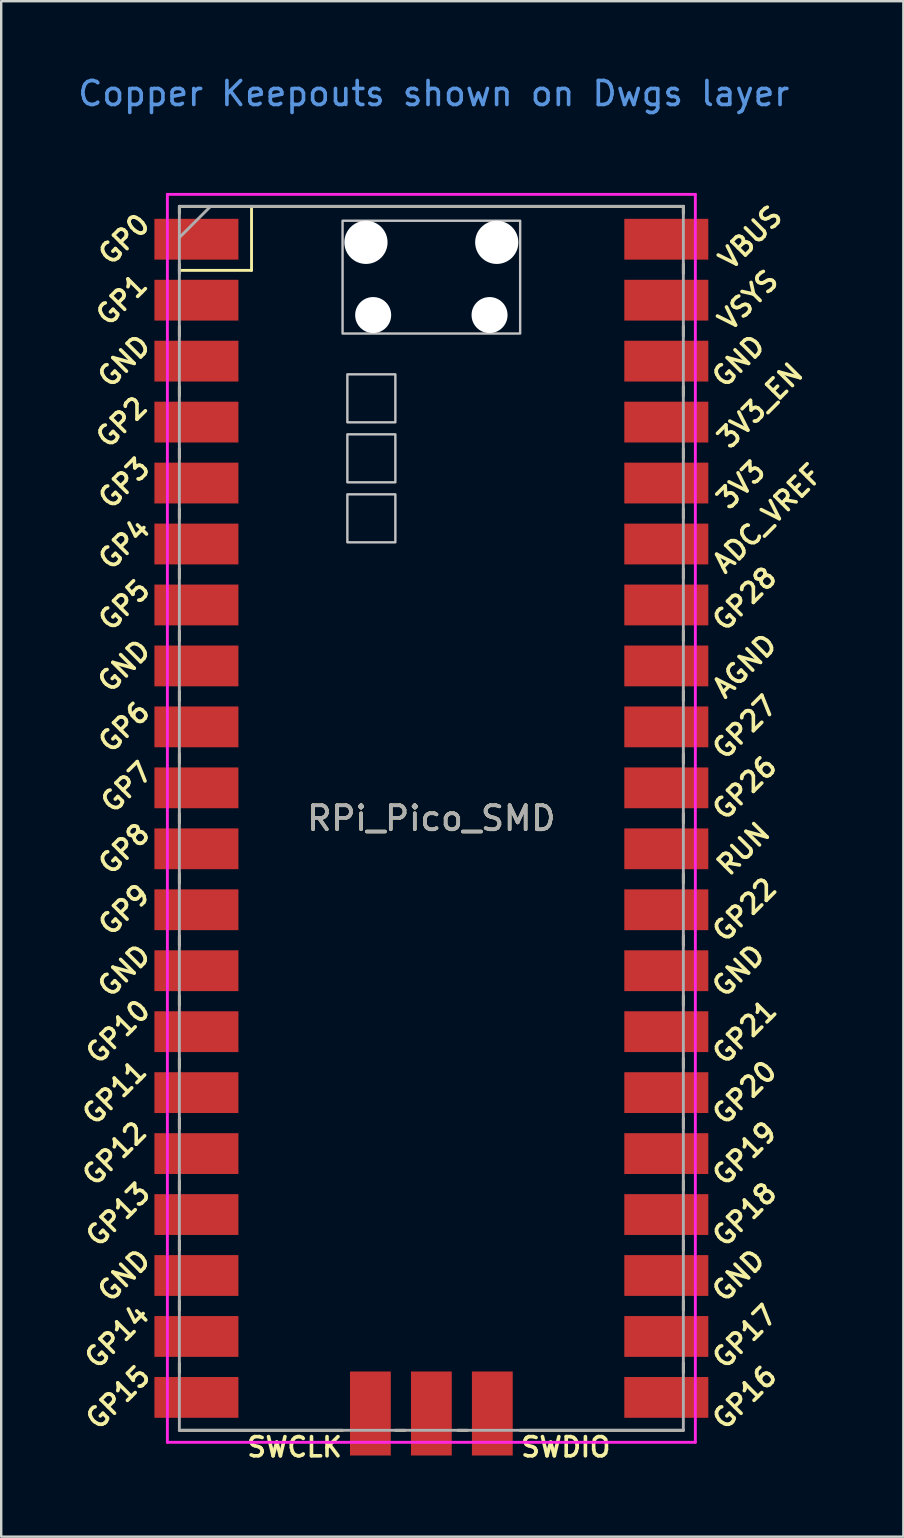
<source format=kicad_pcb>
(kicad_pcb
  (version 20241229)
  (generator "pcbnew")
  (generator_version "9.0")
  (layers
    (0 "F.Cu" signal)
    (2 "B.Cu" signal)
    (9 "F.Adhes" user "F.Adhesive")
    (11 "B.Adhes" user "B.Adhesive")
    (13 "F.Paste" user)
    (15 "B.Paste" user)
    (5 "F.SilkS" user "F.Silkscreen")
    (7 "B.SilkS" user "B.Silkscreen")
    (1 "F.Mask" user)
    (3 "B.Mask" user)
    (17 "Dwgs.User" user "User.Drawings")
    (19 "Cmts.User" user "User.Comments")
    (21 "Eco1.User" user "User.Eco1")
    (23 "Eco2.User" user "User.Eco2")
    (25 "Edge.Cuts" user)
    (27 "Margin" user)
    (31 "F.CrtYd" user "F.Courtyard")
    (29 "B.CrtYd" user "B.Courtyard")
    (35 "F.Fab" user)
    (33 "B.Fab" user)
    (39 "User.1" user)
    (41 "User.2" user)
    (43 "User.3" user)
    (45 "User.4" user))
  (footprint "RPi_Pico_SMD"
    (layer "F.Cu")
    (at 14.924 31.048)
    (property "Reference" "RPi_Pico_SMD" (at 0 0 0) (layer "F.SilkS") (effects (font (size 1 1) (thickness 0.15))))
    (attr through_hole)
    (fp_line (start -10.5 -25.5) (end -10.5 -25.2) (stroke (width 0.12) (type solid)) (layer "F.SilkS"))
    (fp_line (start -10.5 -25.5) (end 10.5 -25.5) (stroke (width 0.12) (type solid)) (layer "F.SilkS"))
    (fp_line (start -10.5 -23.1) (end -10.5 -22.7) (stroke (width 0.12) (type solid)) (layer "F.SilkS"))
    (fp_line (start -10.5 -22.833) (end -7.493 -22.833) (stroke (width 0.12) (type solid)) (layer "F.SilkS"))
    (fp_line (start -10.5 -20.5) (end -10.5 -20.1) (stroke (width 0.12) (type solid)) (layer "F.SilkS"))
    (fp_line (start -10.5 -18) (end -10.5 -17.6) (stroke (width 0.12) (type solid)) (layer "F.SilkS"))
    (fp_line (start -10.5 -15.4) (end -10.5 -15) (stroke (width 0.12) (type solid)) (layer "F.SilkS"))
    (fp_line (start -10.5 -12.9) (end -10.5 -12.5) (stroke (width 0.12) (type solid)) (layer "F.SilkS"))
    (fp_line (start -10.5 -10.4) (end -10.5 -10) (stroke (width 0.12) (type solid)) (layer "F.SilkS"))
    (fp_line (start -10.5 -7.8) (end -10.5 -7.4) (stroke (width 0.12) (type solid)) (layer "F.SilkS"))
    (fp_line (start -10.5 -5.3) (end -10.5 -4.9) (stroke (width 0.12) (type solid)) (layer "F.SilkS"))
    (fp_line (start -10.5 -2.7) (end -10.5 -2.3) (stroke (width 0.12) (type solid)) (layer "F.SilkS"))
    (fp_line (start -10.5 -0.2) (end -10.5 0.2) (stroke (width 0.12) (type solid)) (layer "F.SilkS"))
    (fp_line (start -10.5 2.3) (end -10.5 2.7) (stroke (width 0.12) (type solid)) (layer "F.SilkS"))
    (fp_line (start -10.5 4.9) (end -10.5 5.3) (stroke (width 0.12) (type solid)) (layer "F.SilkS"))
    (fp_line (start -10.5 7.4) (end -10.5 7.8) (stroke (width 0.12) (type solid)) (layer "F.SilkS"))
    (fp_line (start -10.5 10) (end -10.5 10.4) (stroke (width 0.12) (type solid)) (layer "F.SilkS"))
    (fp_line (start -10.5 12.5) (end -10.5 12.9) (stroke (width 0.12) (type solid)) (layer "F.SilkS"))
    (fp_line (start -10.5 15.1) (end -10.5 15.5) (stroke (width 0.12) (type solid)) (layer "F.SilkS"))
    (fp_line (start -10.5 17.6) (end -10.5 18) (stroke (width 0.12) (type solid)) (layer "F.SilkS"))
    (fp_line (start -10.5 20.1) (end -10.5 20.5) (stroke (width 0.12) (type solid)) (layer "F.SilkS"))
    (fp_line (start -10.5 22.7) (end -10.5 23.1) (stroke (width 0.12) (type solid)) (layer "F.SilkS"))
    (fp_line (start -7.493 -22.833) (end -7.493 -25.5) (stroke (width 0.12) (type solid)) (layer "F.SilkS"))
    (fp_line (start -3.7 25.5) (end -10.5 25.5) (stroke (width 0.12) (type solid)) (layer "F.SilkS"))
    (fp_line (start -1.5 25.5) (end -1.1 25.5) (stroke (width 0.12) (type solid)) (layer "F.SilkS"))
    (fp_line (start 1.1 25.5) (end 1.5 25.5) (stroke (width 0.12) (type solid)) (layer "F.SilkS"))
    (fp_line (start 10.5 -25.5) (end 10.5 -25.2) (stroke (width 0.12) (type solid)) (layer "F.SilkS"))
    (fp_line (start 10.5 -23.1) (end 10.5 -22.7) (stroke (width 0.12) (type solid)) (layer "F.SilkS"))
    (fp_line (start 10.5 -20.5) (end 10.5 -20.1) (stroke (width 0.12) (type solid)) (layer "F.SilkS"))
    (fp_line (start 10.5 -18) (end 10.5 -17.6) (stroke (width 0.12) (type solid)) (layer "F.SilkS"))
    (fp_line (start 10.5 -15.4) (end 10.5 -15) (stroke (width 0.12) (type solid)) (layer "F.SilkS"))
    (fp_line (start 10.5 -12.9) (end 10.5 -12.5) (stroke (width 0.12) (type solid)) (layer "F.SilkS"))
    (fp_line (start 10.5 -10.4) (end 10.5 -10) (stroke (width 0.12) (type solid)) (layer "F.SilkS"))
    (fp_line (start 10.5 -7.8) (end 10.5 -7.4) (stroke (width 0.12) (type solid)) (layer "F.SilkS"))
    (fp_line (start 10.5 -5.3) (end 10.5 -4.9) (stroke (width 0.12) (type solid)) (layer "F.SilkS"))
    (fp_line (start 10.5 -2.7) (end 10.5 -2.3) (stroke (width 0.12) (type solid)) (layer "F.SilkS"))
    (fp_line (start 10.5 -0.2) (end 10.5 0.2) (stroke (width 0.12) (type solid)) (layer "F.SilkS"))
    (fp_line (start 10.5 2.3) (end 10.5 2.7) (stroke (width 0.12) (type solid)) (layer "F.SilkS"))
    (fp_line (start 10.5 4.9) (end 10.5 5.3) (stroke (width 0.12) (type solid)) (layer "F.SilkS"))
    (fp_line (start 10.5 7.4) (end 10.5 7.8) (stroke (width 0.12) (type solid)) (layer "F.SilkS"))
    (fp_line (start 10.5 10) (end 10.5 10.4) (stroke (width 0.12) (type solid)) (layer "F.SilkS"))
    (fp_line (start 10.5 12.5) (end 10.5 12.9) (stroke (width 0.12) (type solid)) (layer "F.SilkS"))
    (fp_line (start 10.5 15.1) (end 10.5 15.5) (stroke (width 0.12) (type solid)) (layer "F.SilkS"))
    (fp_line (start 10.5 17.6) (end 10.5 18) (stroke (width 0.12) (type solid)) (layer "F.SilkS"))
    (fp_line (start 10.5 20.1) (end 10.5 20.5) (stroke (width 0.12) (type solid)) (layer "F.SilkS"))
    (fp_line (start 10.5 22.7) (end 10.5 23.1) (stroke (width 0.12) (type solid)) (layer "F.SilkS"))
    (fp_line (start 10.5 25.5) (end 3.7 25.5) (stroke (width 0.12) (type solid)) (layer "F.SilkS"))
    (fp_poly (pts (xy -1.5 -16.5) (xy -3.5 -16.5) (xy -3.5 -18.5) (xy -1.5 -18.5)) (stroke (width 0.1) (type solid)) (fill no) (layer "Dwgs.User"))
    (fp_poly (pts (xy -1.5 -14) (xy -3.5 -14) (xy -3.5 -16) (xy -1.5 -16)) (stroke (width 0.1) (type solid)) (fill no) (layer "Dwgs.User"))
    (fp_poly (pts (xy -1.5 -11.5) (xy -3.5 -11.5) (xy -3.5 -13.5) (xy -1.5 -13.5)) (stroke (width 0.1) (type solid)) (fill no) (layer "Dwgs.User"))
    (fp_poly (pts (xy 3.7 -20.2) (xy -3.7 -20.2) (xy -3.7 -24.9) (xy 3.7 -24.9)) (stroke (width 0.1) (type solid)) (fill no) (layer "Dwgs.User"))
    (fp_line (start -11 -26) (end 11 -26) (stroke (width 0.12) (type solid)) (layer "F.CrtYd"))
    (fp_line (start -11 26) (end -11 -26) (stroke (width 0.12) (type solid)) (layer "F.CrtYd"))
    (fp_line (start 11 -26) (end 11 26) (stroke (width 0.12) (type solid)) (layer "F.CrtYd"))
    (fp_line (start 11 26) (end -11 26) (stroke (width 0.12) (type solid)) (layer "F.CrtYd"))
    (fp_line (start -10.5 -25.5) (end 10.5 -25.5) (stroke (width 0.12) (type solid)) (layer "F.Fab"))
    (fp_line (start -10.5 -24.2) (end -9.2 -25.5) (stroke (width 0.12) (type solid)) (layer "F.Fab"))
    (fp_line (start -10.5 25.5) (end -10.5 -25.5) (stroke (width 0.12) (type solid)) (layer "F.Fab"))
    (fp_line (start 10.5 -25.5) (end 10.5 25.5) (stroke (width 0.12) (type solid)) (layer "F.Fab"))
    (fp_line (start 10.5 25.5) (end -10.5 25.5) (stroke (width 0.12) (type solid)) (layer "F.Fab"))
    (fp_text user "RUN" (at 13 1.27 45) (layer "F.SilkS") (effects (font (size 0.8 0.8) (thickness 0.15))))
    (fp_text user "GP20" (at 13.054 11.43 45) (layer "F.SilkS") (effects (font (size 0.8 0.8) (thickness 0.15))))
    (fp_text user "GP22" (at 13.054 3.81 45) (layer "F.SilkS") (effects (font (size 0.8 0.8) (thickness 0.15))))
    (fp_text user "GP13" (at -13.054 16.51 45) (layer "F.SilkS") (effects (font (size 0.8 0.8) (thickness 0.15))))
    (fp_text user "GP10" (at -13.054 8.89 45) (layer "F.SilkS") (effects (font (size 0.8 0.8) (thickness 0.15))))
    (fp_text user "GP27" (at 13.054 -3.8 45) (layer "F.SilkS") (effects (font (size 0.8 0.8) (thickness 0.15))))
    (fp_text user "GND" (at 12.8 19.05 45) (layer "F.SilkS") (effects (font (size 0.8 0.8) (thickness 0.15))))
    (fp_text user "VSYS" (at 13.2 -21.59 45) (layer "F.SilkS") (effects (font (size 0.8 0.8) (thickness 0.15))))
    (fp_text user "3V3_EN" (at 13.7 -17.2 45) (layer "F.SilkS") (effects (font (size 0.8 0.8) (thickness 0.15))))
    (fp_text user "GP6" (at -12.8 -3.81 45) (layer "F.SilkS") (effects (font (size 0.8 0.8) (thickness 0.15))))
    (fp_text user "GP28" (at 13.054 -9.144 45) (layer "F.SilkS") (effects (font (size 0.8 0.8) (thickness 0.15))))
    (fp_text user "GP8" (at -12.8 1.27 45) (layer "F.SilkS") (effects (font (size 0.8 0.8) (thickness 0.15))))
    (fp_text user "GND" (at -12.8 6.35 45) (layer "F.SilkS") (effects (font (size 0.8 0.8) (thickness 0.15))))
    (fp_text user "SWDIO" (at 5.6 26.2 0) (layer "F.SilkS") (effects (font (size 0.8 0.8) (thickness 0.15))))
    (fp_text user "GP5" (at -12.8 -8.89 45) (layer "F.SilkS") (effects (font (size 0.8 0.8) (thickness 0.15))))
    (fp_text user "GP7" (at -12.7 -1.3 45) (layer "F.SilkS") (effects (font (size 0.8 0.8) (thickness 0.15))))
    (fp_text user "GP21" (at 13.054 8.9 45) (layer "F.SilkS") (effects (font (size 0.8 0.8) (thickness 0.15))))
    (fp_text user "GP0" (at -12.8 -24.13 45) (layer "F.SilkS") (effects (font (size 0.8 0.8) (thickness 0.15))))
    (fp_text user "VBUS" (at 13.3 -24.2 45) (layer "F.SilkS") (effects (font (size 0.8 0.8) (thickness 0.15))))
    (fp_text user "GP4" (at -12.8 -11.43 45) (layer "F.SilkS") (effects (font (size 0.8 0.8) (thickness 0.15))))
    (fp_text user "GP2" (at -12.9 -16.51 45) (layer "F.SilkS") (effects (font (size 0.8 0.8) (thickness 0.15))))
    (fp_text user "GP15" (at -13.054 24.13 45) (layer "F.SilkS") (effects (font (size 0.8 0.8) (thickness 0.15))))
    (fp_text user "3V3" (at 12.9 -13.9 45) (layer "F.SilkS") (effects (font (size 0.8 0.8) (thickness 0.15))))
    (fp_text user "GP16" (at 13.054 24.13 45) (layer "F.SilkS") (effects (font (size 0.8 0.8) (thickness 0.15))))
    (fp_text user "GP14" (at -13.1 21.59 45) (layer "F.SilkS") (effects (font (size 0.8 0.8) (thickness 0.15))))
    (fp_text user "GP18" (at 13.054 16.51 45) (layer "F.SilkS") (effects (font (size 0.8 0.8) (thickness 0.15))))
    (fp_text user "GP17" (at 13.054 21.59 45) (layer "F.SilkS") (effects (font (size 0.8 0.8) (thickness 0.15))))
    (fp_text user "GP26" (at 13.054 -1.27 45) (layer "F.SilkS") (effects (font (size 0.8 0.8) (thickness 0.15))))
    (fp_text user "ADC_VREF" (at 14 -12.5 45) (layer "F.SilkS") (effects (font (size 0.8 0.8) (thickness 0.15))))
    (fp_text user "GP19" (at 13.054 13.97 45) (layer "F.SilkS") (effects (font (size 0.8 0.8) (thickness 0.15))))
    (fp_text user "GND" (at -12.8 -19.05 45) (layer "F.SilkS") (effects (font (size 0.8 0.8) (thickness 0.15))))
    (fp_text user "GP9" (at -12.8 3.81 45) (layer "F.SilkS") (effects (font (size 0.8 0.8) (thickness 0.15))))
    (fp_text user "GND" (at -12.8 -6.35 45) (layer "F.SilkS") (effects (font (size 0.8 0.8) (thickness 0.15))))
    (fp_text user "GND" (at 12.8 -19.05 45) (layer "F.SilkS") (effects (font (size 0.8 0.8) (thickness 0.15))))
    (fp_text user "GP1" (at -12.9 -21.6 45) (layer "F.SilkS") (effects (font (size 0.8 0.8) (thickness 0.15))))
    (fp_text user "GP11" (at -13.2 11.43 45) (layer "F.SilkS") (effects (font (size 0.8 0.8) (thickness 0.15))))
    (fp_text user "GP3" (at -12.8 -13.97 45) (layer "F.SilkS") (effects (font (size 0.8 0.8) (thickness 0.15))))
    (fp_text user "GP12" (at -13.2 13.97 45) (layer "F.SilkS") (effects (font (size 0.8 0.8) (thickness 0.15))))
    (fp_text user "GND" (at -12.8 19.05 45) (layer "F.SilkS") (effects (font (size 0.8 0.8) (thickness 0.15))))
    (fp_text user "SWCLK" (at -5.7 26.2 0) (layer "F.SilkS") (effects (font (size 0.8 0.8) (thickness 0.15))))
    (fp_text user "AGND" (at 13.054 -6.35 45) (layer "F.SilkS") (effects (font (size 0.8 0.8) (thickness 0.15))))
    (fp_text user "GND" (at 12.8 6.35 45) (layer "F.SilkS") (effects (font (size 0.8 0.8) (thickness 0.15))))
    (fp_text user "Copper Keepouts shown on Dwgs layer" (at 0.1 -30.2 0) (layer "Cmts.User") (effects (font (size 1 1) (thickness 0.15))))
    (fp_text user "${REFERENCE}" (at 0 0 180) (layer "F.Fab") (effects (font (size 1 1) (thickness 0.15))))
    (pad "" np_thru_hole oval (at -2.725 -24) (size 1.8 1.8) (drill 1.8) (layers "*.Cu" "*.Mask"))
    (pad "" np_thru_hole oval (at -2.425 -20.97) (size 1.5 1.5) (drill 1.5) (layers "*.Cu" "*.Mask"))
    (pad "" np_thru_hole oval (at 2.425 -20.97) (size 1.5 1.5) (drill 1.5) (layers "*.Cu" "*.Mask"))
    (pad "" np_thru_hole oval (at 2.725 -24) (size 1.8 1.8) (drill 1.8) (layers "*.Cu" "*.Mask"))
    (pad "1" smd rect (at -8.89 -24.13) (size 3.5 1.7) (drill (offset -0.9 0)) (layers "F.Cu" "F.Mask"))
    (pad "2" smd rect (at -8.89 -21.59) (size 3.5 1.7) (drill (offset -0.9 0)) (layers "F.Cu" "F.Mask"))
    (pad "3" smd rect (at -8.89 -19.05) (size 3.5 1.7) (drill (offset -0.9 0)) (layers "F.Cu" "F.Mask"))
    (pad "4" smd rect (at -8.89 -16.51) (size 3.5 1.7) (drill (offset -0.9 0)) (layers "F.Cu" "F.Mask"))
    (pad "5" smd rect (at -8.89 -13.97) (size 3.5 1.7) (drill (offset -0.9 0)) (layers "F.Cu" "F.Mask"))
    (pad "6" smd rect (at -8.89 -11.43) (size 3.5 1.7) (drill (offset -0.9 0)) (layers "F.Cu" "F.Mask"))
    (pad "7" smd rect (at -8.89 -8.89) (size 3.5 1.7) (drill (offset -0.9 0)) (layers "F.Cu" "F.Mask"))
    (pad "8" smd rect (at -8.89 -6.35) (size 3.5 1.7) (drill (offset -0.9 0)) (layers "F.Cu" "F.Mask"))
    (pad "9" smd rect (at -8.89 -3.81) (size 3.5 1.7) (drill (offset -0.9 0)) (layers "F.Cu" "F.Mask"))
    (pad "10" smd rect (at -8.89 -1.27) (size 3.5 1.7) (drill (offset -0.9 0)) (layers "F.Cu" "F.Mask"))
    (pad "11" smd rect (at -8.89 1.27) (size 3.5 1.7) (drill (offset -0.9 0)) (layers "F.Cu" "F.Mask"))
    (pad "12" smd rect (at -8.89 3.81) (size 3.5 1.7) (drill (offset -0.9 0)) (layers "F.Cu" "F.Mask"))
    (pad "13" smd rect (at -8.89 6.35) (size 3.5 1.7) (drill (offset -0.9 0)) (layers "F.Cu" "F.Mask"))
    (pad "14" smd rect (at -8.89 8.89) (size 3.5 1.7) (drill (offset -0.9 0)) (layers "F.Cu" "F.Mask"))
    (pad "15" smd rect (at -8.89 11.43) (size 3.5 1.7) (drill (offset -0.9 0)) (layers "F.Cu" "F.Mask"))
    (pad "16" smd rect (at -8.89 13.97) (size 3.5 1.7) (drill (offset -0.9 0)) (layers "F.Cu" "F.Mask"))
    (pad "17" smd rect (at -8.89 16.51) (size 3.5 1.7) (drill (offset -0.9 0)) (layers "F.Cu" "F.Mask"))
    (pad "18" smd rect (at -8.89 19.05) (size 3.5 1.7) (drill (offset -0.9 0)) (layers "F.Cu" "F.Mask"))
    (pad "19" smd rect (at -8.89 21.59) (size 3.5 1.7) (drill (offset -0.9 0)) (layers "F.Cu" "F.Mask"))
    (pad "20" smd rect (at -8.89 24.13) (size 3.5 1.7) (drill (offset -0.9 0)) (layers "F.Cu" "F.Mask"))
    (pad "21" smd rect (at 8.89 24.13) (size 3.5 1.7) (drill (offset 0.9 0)) (layers "F.Cu" "F.Mask"))
    (pad "22" smd rect (at 8.89 21.59) (size 3.5 1.7) (drill (offset 0.9 0)) (layers "F.Cu" "F.Mask"))
    (pad "23" smd rect (at 8.89 19.05) (size 3.5 1.7) (drill (offset 0.9 0)) (layers "F.Cu" "F.Mask"))
    (pad "24" smd rect (at 8.89 16.51) (size 3.5 1.7) (drill (offset 0.9 0)) (layers "F.Cu" "F.Mask"))
    (pad "25" smd rect (at 8.89 13.97) (size 3.5 1.7) (drill (offset 0.9 0)) (layers "F.Cu" "F.Mask"))
    (pad "26" smd rect (at 8.89 11.43) (size 3.5 1.7) (drill (offset 0.9 0)) (layers "F.Cu" "F.Mask"))
    (pad "27" smd rect (at 8.89 8.89) (size 3.5 1.7) (drill (offset 0.9 0)) (layers "F.Cu" "F.Mask"))
    (pad "28" smd rect (at 8.89 6.35) (size 3.5 1.7) (drill (offset 0.9 0)) (layers "F.Cu" "F.Mask"))
    (pad "29" smd rect (at 8.89 3.81) (size 3.5 1.7) (drill (offset 0.9 0)) (layers "F.Cu" "F.Mask"))
    (pad "30" smd rect (at 8.89 1.27) (size 3.5 1.7) (drill (offset 0.9 0)) (layers "F.Cu" "F.Mask"))
    (pad "31" smd rect (at 8.89 -1.27) (size 3.5 1.7) (drill (offset 0.9 0)) (layers "F.Cu" "F.Mask"))
    (pad "32" smd rect (at 8.89 -3.81) (size 3.5 1.7) (drill (offset 0.9 0)) (layers "F.Cu" "F.Mask"))
    (pad "33" smd rect (at 8.89 -6.35) (size 3.5 1.7) (drill (offset 0.9 0)) (layers "F.Cu" "F.Mask"))
    (pad "34" smd rect (at 8.89 -8.89) (size 3.5 1.7) (drill (offset 0.9 0)) (layers "F.Cu" "F.Mask"))
    (pad "35" smd rect (at 8.89 -11.43) (size 3.5 1.7) (drill (offset 0.9 0)) (layers "F.Cu" "F.Mask"))
    (pad "36" smd rect (at 8.89 -13.97) (size 3.5 1.7) (drill (offset 0.9 0)) (layers "F.Cu" "F.Mask"))
    (pad "37" smd rect (at 8.89 -16.51) (size 3.5 1.7) (drill (offset 0.9 0)) (layers "F.Cu" "F.Mask"))
    (pad "38" smd rect (at 8.89 -19.05) (size 3.5 1.7) (drill (offset 0.9 0)) (layers "F.Cu" "F.Mask"))
    (pad "39" smd rect (at 8.89 -21.59) (size 3.5 1.7) (drill (offset 0.9 0)) (layers "F.Cu" "F.Mask"))
    (pad "40" smd rect (at 8.89 -24.13) (size 3.5 1.7) (drill (offset 0.9 0)) (layers "F.Cu" "F.Mask"))
    (pad "41" smd rect (at -2.54 23.9 90) (size 3.5 1.7) (drill (offset -0.9 0)) (layers "F.Cu" "F.Mask"))
    (pad "42" smd rect (at 0 23.9 90) (size 3.5 1.7) (drill (offset -0.9 0)) (layers "F.Cu" "F.Mask"))
    (pad "43" smd rect (at 2.54 23.9 90) (size 3.5 1.7) (drill (offset -0.9 0)) (layers "F.Cu" "F.Mask")))
  (gr_rect
    (start -3 -3)
    (end 34.591 60.98)
    (stroke (width 0.1) (type default))
    (fill no)
    (layer "Edge.Cuts")))
</source>
